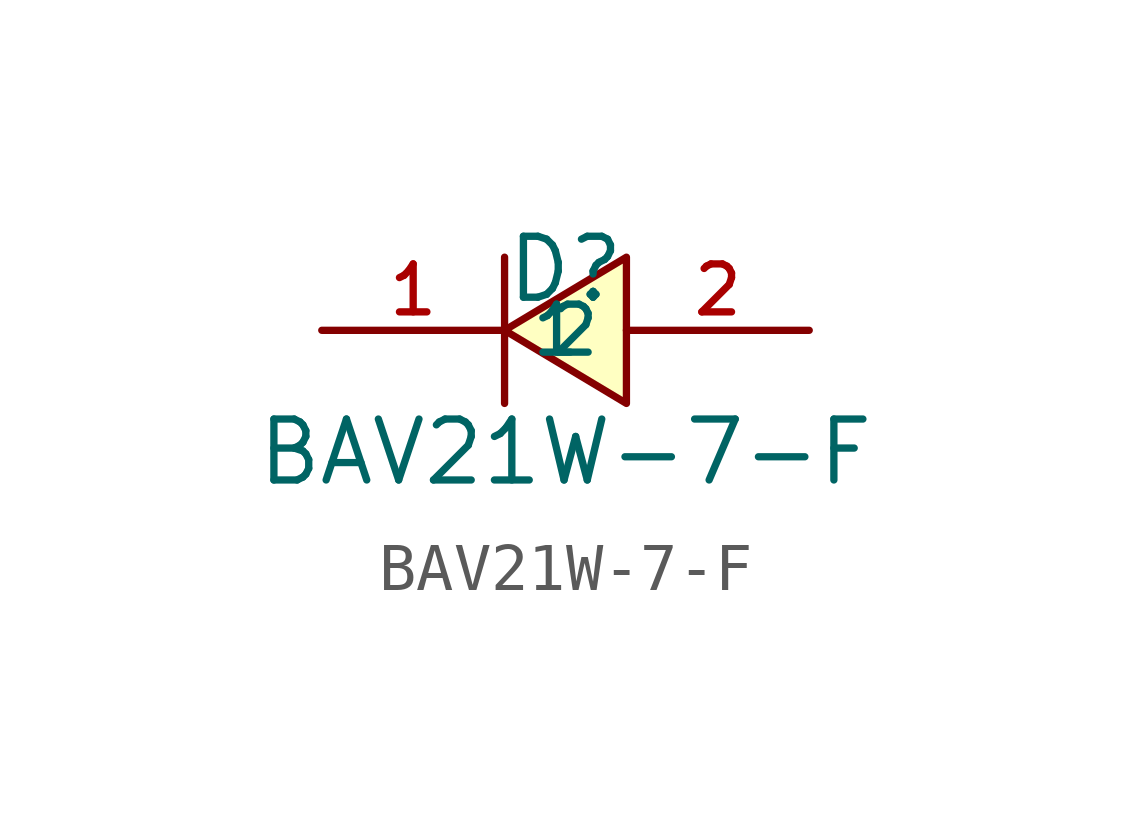
<source format=kicad_sym>
(kicad_symbol_lib
  (version 20231120)
  (generator "kicad_symbol_editor")
  (generator_version "8.0")
  (symbol "BAV21W-7-F"
    (property "Reference" "D"
      (at 0 1.27 0)
      (effects (font (size 1.27 1.27))))
    (property "Value" "BAV21W-7-F"
      (at 0 -2.54 0)
      (effects (font (size 1.27 1.27))))
    (symbol "BAV21W-7-F_0_1"
      (polyline (pts (xy -1.27 -1.524) (xy -1.27 1.524)) (stroke (width 0) (type default)) (fill (type none)))
      (polyline (pts (xy 1.27 1.524) (xy -1.27 0) (xy 1.27 -1.524) (xy 1.27 1.524)) (stroke (width 0) (type default)) (fill (type background))))
    (symbol "BAV21W-7-F_1_1"
      (pin passive line (at -5.08 0 0) (length 3.81) (name "1" (effects (font (size 1 1)))) (number "1" (effects (font (size 1 1)))))
      (pin passive line (at 5.08 0 180) (length 3.81) (name "2" (effects (font (size 1 1)))) (number "2" (effects (font (size 1 1))))))))
</source>
